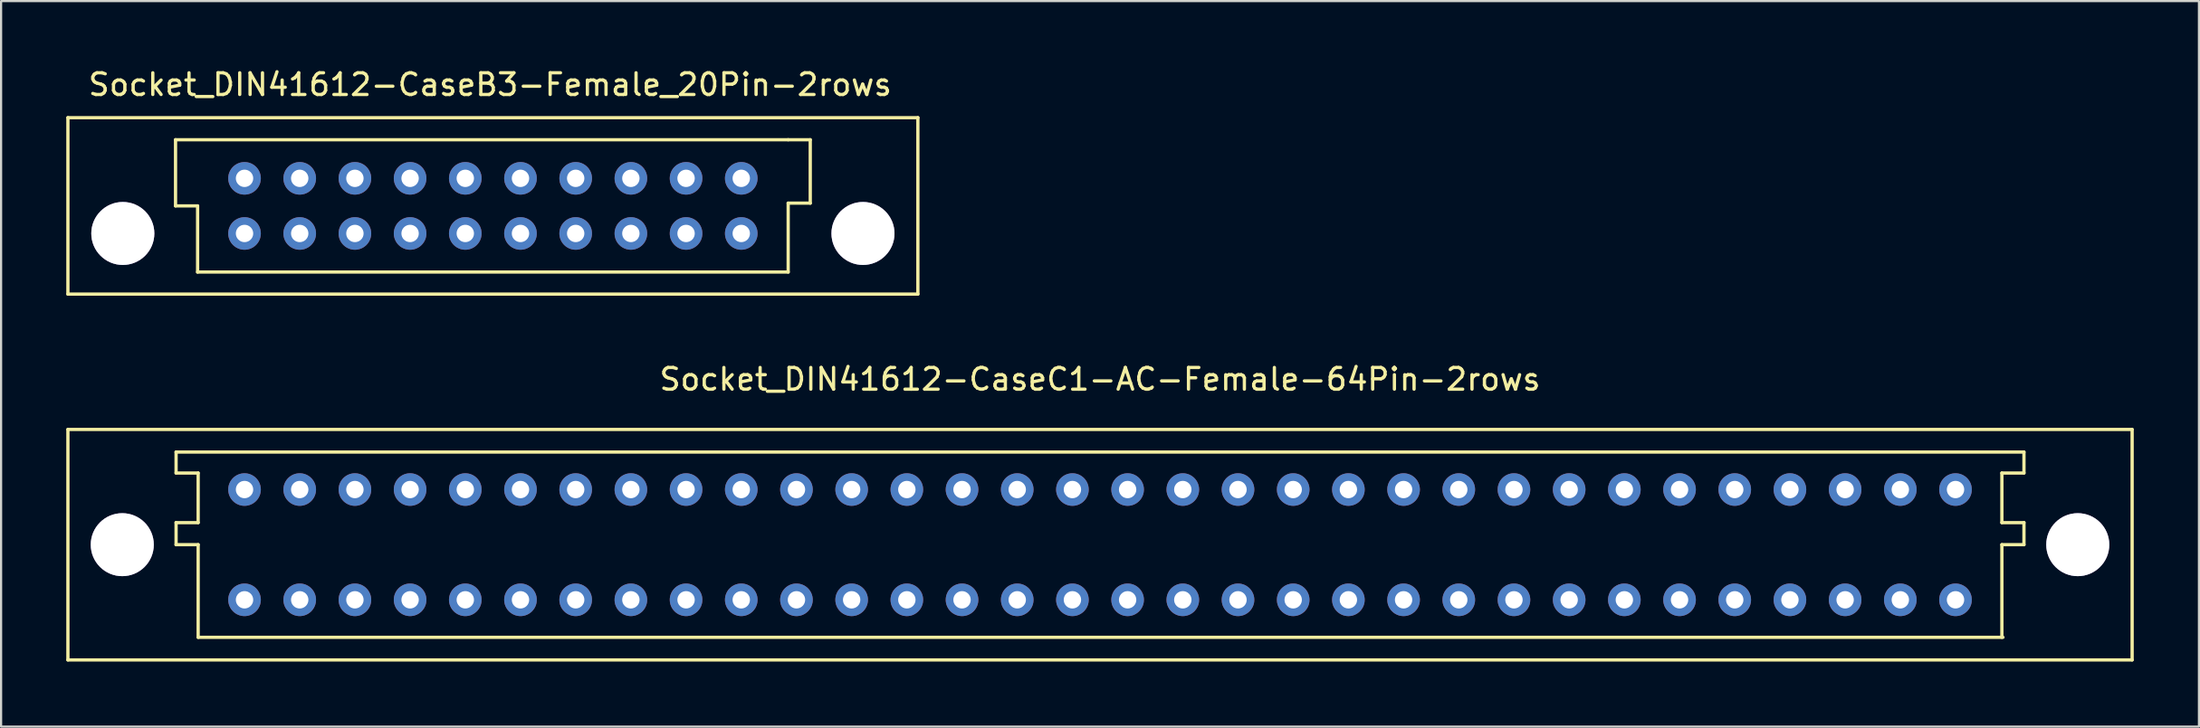
<source format=kicad_pcb>
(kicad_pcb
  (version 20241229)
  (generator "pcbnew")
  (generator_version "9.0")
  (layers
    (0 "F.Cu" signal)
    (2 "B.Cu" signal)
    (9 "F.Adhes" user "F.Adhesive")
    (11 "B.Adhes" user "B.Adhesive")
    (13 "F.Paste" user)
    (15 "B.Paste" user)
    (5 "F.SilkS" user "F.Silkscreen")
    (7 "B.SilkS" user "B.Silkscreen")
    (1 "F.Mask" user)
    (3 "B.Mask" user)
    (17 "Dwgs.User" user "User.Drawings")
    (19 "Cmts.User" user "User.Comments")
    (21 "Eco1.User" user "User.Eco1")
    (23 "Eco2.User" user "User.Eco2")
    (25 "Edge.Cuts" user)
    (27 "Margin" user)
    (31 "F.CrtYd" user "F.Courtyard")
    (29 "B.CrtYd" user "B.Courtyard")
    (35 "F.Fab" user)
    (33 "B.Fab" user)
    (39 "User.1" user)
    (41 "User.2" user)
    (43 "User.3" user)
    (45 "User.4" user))
  (footprint "Socket_DIN41612-CaseB3-Female_20Pin-2rows"
    (layer "F.Cu")
    (at 19.633 6.436)
    (property "Reference" "Socket_DIN41612-CaseB3-Female_20Pin-2rows" (at -0.127 -5.588 0) (layer "F.SilkS") (effects (font (size 1 1) (thickness 0.15))))
    (attr through_hole)
    (fp_line (start -19.558 -4.064) (end -19.558 4.064) (stroke (width 0.15) (type solid)) (layer "F.SilkS"))
    (fp_line (start -19.558 4.064) (end 19.558 4.064) (stroke (width 0.15) (type solid)) (layer "F.SilkS"))
    (fp_line (start -14.605 0) (end -14.605 -3.048) (stroke (width 0.15) (type solid)) (layer "F.SilkS"))
    (fp_line (start -13.589 0) (end -14.605 0) (stroke (width 0.15) (type solid)) (layer "F.SilkS"))
    (fp_line (start -13.589 3.048) (end -13.589 0) (stroke (width 0.15) (type solid)) (layer "F.SilkS"))
    (fp_line (start -13.589 3.048) (end 13.589 3.048) (stroke (width 0.15) (type solid)) (layer "F.SilkS"))
    (fp_line (start 13.589 -3.048) (end -14.605 -3.048) (stroke (width 0.15) (type solid)) (layer "F.SilkS"))
    (fp_line (start 13.589 -0.127) (end 14.605 -0.127) (stroke (width 0.15) (type solid)) (layer "F.SilkS"))
    (fp_line (start 13.589 3.048) (end 13.589 -0.127) (stroke (width 0.15) (type solid)) (layer "F.SilkS"))
    (fp_line (start 14.605 -3.048) (end 13.589 -3.048) (stroke (width 0.15) (type solid)) (layer "F.SilkS"))
    (fp_line (start 14.605 -0.127) (end 14.605 -3.048) (stroke (width 0.15) (type solid)) (layer "F.SilkS"))
    (fp_line (start 19.558 -4.064) (end -19.558 -4.064) (stroke (width 0.15) (type solid)) (layer "F.SilkS"))
    (fp_line (start 19.558 4.064) (end 19.558 -4.064) (stroke (width 0.15) (type solid)) (layer "F.SilkS"))
    (pad "1" thru_hole circle (at -17.031 1.27) (size 2.901 2.901) (drill 2.901) (layers "*.Cu" "*.Mask"))
    (pad "1" thru_hole circle (at 17.031 1.27) (size 2.901 2.901) (drill 2.901) (layers "*.Cu" "*.Mask"))
    (pad "1a" thru_hole circle (at 11.43 -1.27 180) (size 1.501 1.501) (drill 0.8) (layers "*.Cu" "*.Mask"))
    (pad "1b" thru_hole circle (at 11.43 1.27 180) (size 1.501 1.501) (drill 0.8) (layers "*.Cu" "*.Mask"))
    (pad "2a" thru_hole circle (at 8.89 -1.27 180) (size 1.501 1.501) (drill 0.8) (layers "*.Cu" "*.Mask"))
    (pad "2b" thru_hole circle (at 8.89 1.27 180) (size 1.501 1.501) (drill 0.8) (layers "*.Cu" "*.Mask"))
    (pad "3a" thru_hole circle (at 6.35 -1.27 180) (size 1.501 1.501) (drill 0.8) (layers "*.Cu" "*.Mask"))
    (pad "3b" thru_hole circle (at 6.35 1.27 180) (size 1.501 1.501) (drill 0.8) (layers "*.Cu" "*.Mask"))
    (pad "4a" thru_hole circle (at 3.81 -1.27 180) (size 1.501 1.501) (drill 0.8) (layers "*.Cu" "*.Mask"))
    (pad "4b" thru_hole circle (at 3.81 1.27 180) (size 1.501 1.501) (drill 0.8) (layers "*.Cu" "*.Mask"))
    (pad "5a" thru_hole circle (at 1.27 -1.27 180) (size 1.501 1.501) (drill 0.8) (layers "*.Cu" "*.Mask"))
    (pad "5b" thru_hole circle (at 1.27 1.27 180) (size 1.501 1.501) (drill 0.8) (layers "*.Cu" "*.Mask"))
    (pad "6a" thru_hole circle (at -1.27 -1.27 180) (size 1.501 1.501) (drill 0.8) (layers "*.Cu" "*.Mask"))
    (pad "6b" thru_hole circle (at -1.27 1.27 180) (size 1.501 1.501) (drill 0.8) (layers "*.Cu" "*.Mask"))
    (pad "7a" thru_hole circle (at -3.81 -1.27 180) (size 1.501 1.501) (drill 0.8) (layers "*.Cu" "*.Mask"))
    (pad "7b" thru_hole circle (at -3.81 1.27 180) (size 1.501 1.501) (drill 0.8) (layers "*.Cu" "*.Mask"))
    (pad "8a" thru_hole circle (at -6.35 -1.27 180) (size 1.501 1.501) (drill 0.8) (layers "*.Cu" "*.Mask"))
    (pad "8b" thru_hole circle (at -6.35 1.27 180) (size 1.501 1.501) (drill 0.8) (layers "*.Cu" "*.Mask"))
    (pad "9a" thru_hole circle (at -8.89 -1.27 180) (size 1.501 1.501) (drill 0.8) (layers "*.Cu" "*.Mask"))
    (pad "9b" thru_hole circle (at -8.89 1.27 180) (size 1.501 1.501) (drill 0.8) (layers "*.Cu" "*.Mask"))
    (pad "10a" thru_hole circle (at -11.43 -1.27 180) (size 1.501 1.501) (drill 0.8) (layers "*.Cu" "*.Mask"))
    (pad "10b" thru_hole circle (at -11.43 1.27 180) (size 1.501 1.501) (drill 0.8) (layers "*.Cu" "*.Mask")))
  (footprint "Socket_DIN41612-CaseC1-AC-Female-64Pin-2rows"
    (layer "F.Cu")
    (at 47.573 22.044)
    (property "Reference" "Socket_DIN41612-CaseC1-AC-Female-64Pin-2rows" (at 0 -7.62 0) (layer "F.SilkS") (effects (font (size 1 1) (thickness 0.15))))
    (attr through_hole)
    (fp_line (start -47.498 -5.309) (end -47.498 5.309) (stroke (width 0.15) (type solid)) (layer "F.SilkS"))
    (fp_line (start -47.498 5.309) (end 47.498 5.309) (stroke (width 0.15) (type solid)) (layer "F.SilkS"))
    (fp_line (start -42.52 -3.302) (end -42.52 -4.267) (stroke (width 0.15) (type solid)) (layer "F.SilkS"))
    (fp_line (start -42.52 -1.016) (end -41.504 -1.016) (stroke (width 0.15) (type solid)) (layer "F.SilkS"))
    (fp_line (start -42.52 0) (end -42.52 -1.016) (stroke (width 0.15) (type solid)) (layer "F.SilkS"))
    (fp_line (start -41.504 -3.302) (end -42.52 -3.302) (stroke (width 0.15) (type solid)) (layer "F.SilkS"))
    (fp_line (start -41.504 -1.016) (end -41.504 -3.302) (stroke (width 0.15) (type solid)) (layer "F.SilkS"))
    (fp_line (start -41.504 0) (end -42.52 0) (stroke (width 0.15) (type solid)) (layer "F.SilkS"))
    (fp_line (start -41.504 4.267) (end -41.504 0) (stroke (width 0.15) (type solid)) (layer "F.SilkS"))
    (fp_line (start -41.504 4.267) (end 41.554 4.267) (stroke (width 0.15) (type solid)) (layer "F.SilkS"))
    (fp_line (start 41.504 -3.302) (end 42.52 -3.302) (stroke (width 0.15) (type solid)) (layer "F.SilkS"))
    (fp_line (start 41.504 -1.016) (end 41.504 -3.302) (stroke (width 0.15) (type solid)) (layer "F.SilkS"))
    (fp_line (start 41.504 0) (end 42.52 0) (stroke (width 0.15) (type solid)) (layer "F.SilkS"))
    (fp_line (start 41.504 4.267) (end 41.504 0) (stroke (width 0.15) (type solid)) (layer "F.SilkS"))
    (fp_line (start 42.52 -4.267) (end -42.52 -4.267) (stroke (width 0.15) (type solid)) (layer "F.SilkS"))
    (fp_line (start 42.52 -3.302) (end 42.52 -4.267) (stroke (width 0.15) (type solid)) (layer "F.SilkS"))
    (fp_line (start 42.52 -1.016) (end 41.504 -1.016) (stroke (width 0.15) (type solid)) (layer "F.SilkS"))
    (fp_line (start 42.52 0) (end 42.52 -1.016) (stroke (width 0.15) (type solid)) (layer "F.SilkS"))
    (fp_line (start 47.498 -5.309) (end -47.498 -5.309) (stroke (width 0.15) (type solid)) (layer "F.SilkS"))
    (fp_line (start 47.498 5.309) (end 47.498 -5.309) (stroke (width 0.15) (type solid)) (layer "F.SilkS"))
    (pad "1" thru_hole circle (at -44.996 0) (size 2.901 2.901) (drill 2.901) (layers "*.Cu" "*.Mask"))
    (pad "1" thru_hole circle (at 44.996 0) (size 2.901 2.901) (drill 2.901) (layers "*.Cu" "*.Mask"))
    (pad "1a" thru_hole circle (at 39.37 -2.54 180) (size 1.501 1.501) (drill 0.8) (layers "*.Cu" "*.Mask"))
    (pad "1c" thru_hole circle (at 39.37 2.54 180) (size 1.501 1.501) (drill 0.8) (layers "*.Cu" "*.Mask"))
    (pad "2a" thru_hole circle (at 36.83 -2.54 180) (size 1.501 1.501) (drill 0.8) (layers "*.Cu" "*.Mask"))
    (pad "2c" thru_hole circle (at 36.83 2.54 180) (size 1.501 1.501) (drill 0.8) (layers "*.Cu" "*.Mask"))
    (pad "3a" thru_hole circle (at 34.29 -2.54 180) (size 1.501 1.501) (drill 0.8) (layers "*.Cu" "*.Mask"))
    (pad "3c" thru_hole circle (at 34.29 2.54 180) (size 1.501 1.501) (drill 0.8) (layers "*.Cu" "*.Mask"))
    (pad "4a" thru_hole circle (at 31.75 -2.54 180) (size 1.501 1.501) (drill 0.8) (layers "*.Cu" "*.Mask"))
    (pad "4c" thru_hole circle (at 31.75 2.54 180) (size 1.501 1.501) (drill 0.8) (layers "*.Cu" "*.Mask"))
    (pad "5a" thru_hole circle (at 29.21 -2.54 180) (size 1.501 1.501) (drill 0.8) (layers "*.Cu" "*.Mask"))
    (pad "5c" thru_hole circle (at 29.21 2.54 180) (size 1.501 1.501) (drill 0.8) (layers "*.Cu" "*.Mask"))
    (pad "6a" thru_hole circle (at 26.67 -2.54 180) (size 1.501 1.501) (drill 0.8) (layers "*.Cu" "*.Mask"))
    (pad "6c" thru_hole circle (at 26.67 2.54 180) (size 1.501 1.501) (drill 0.8) (layers "*.Cu" "*.Mask"))
    (pad "7a" thru_hole circle (at 24.13 -2.54 180) (size 1.501 1.501) (drill 0.8) (layers "*.Cu" "*.Mask"))
    (pad "7c" thru_hole circle (at 24.13 2.54 180) (size 1.501 1.501) (drill 0.8) (layers "*.Cu" "*.Mask"))
    (pad "8a" thru_hole circle (at 21.59 -2.54 180) (size 1.501 1.501) (drill 0.8) (layers "*.Cu" "*.Mask"))
    (pad "8c" thru_hole circle (at 21.59 2.54 180) (size 1.501 1.501) (drill 0.8) (layers "*.Cu" "*.Mask"))
    (pad "9a" thru_hole circle (at 19.05 -2.54 180) (size 1.501 1.501) (drill 0.8) (layers "*.Cu" "*.Mask"))
    (pad "9c" thru_hole circle (at 19.05 2.54 180) (size 1.501 1.501) (drill 0.8) (layers "*.Cu" "*.Mask"))
    (pad "10a" thru_hole circle (at 16.51 -2.54 180) (size 1.501 1.501) (drill 0.8) (layers "*.Cu" "*.Mask"))
    (pad "10c" thru_hole circle (at 16.51 2.54 180) (size 1.501 1.501) (drill 0.8) (layers "*.Cu" "*.Mask"))
    (pad "11a" thru_hole circle (at 13.97 -2.54 180) (size 1.501 1.501) (drill 0.8) (layers "*.Cu" "*.Mask"))
    (pad "11c" thru_hole circle (at 13.97 2.54 180) (size 1.501 1.501) (drill 0.8) (layers "*.Cu" "*.Mask"))
    (pad "12a" thru_hole circle (at 11.43 -2.54 180) (size 1.501 1.501) (drill 0.8) (layers "*.Cu" "*.Mask"))
    (pad "12c" thru_hole circle (at 11.43 2.54 180) (size 1.501 1.501) (drill 0.8) (layers "*.Cu" "*.Mask"))
    (pad "13a" thru_hole circle (at 8.89 -2.54 180) (size 1.501 1.501) (drill 0.8) (layers "*.Cu" "*.Mask"))
    (pad "13c" thru_hole circle (at 8.89 2.54 180) (size 1.501 1.501) (drill 0.8) (layers "*.Cu" "*.Mask"))
    (pad "14a" thru_hole circle (at 6.35 -2.54 180) (size 1.501 1.501) (drill 0.8) (layers "*.Cu" "*.Mask"))
    (pad "14c" thru_hole circle (at 6.35 2.54 180) (size 1.501 1.501) (drill 0.8) (layers "*.Cu" "*.Mask"))
    (pad "15a" thru_hole circle (at 3.81 -2.54 180) (size 1.501 1.501) (drill 0.8) (layers "*.Cu" "*.Mask"))
    (pad "15c" thru_hole circle (at 3.81 2.54 180) (size 1.501 1.501) (drill 0.8) (layers "*.Cu" "*.Mask"))
    (pad "16a" thru_hole circle (at 1.27 -2.54 180) (size 1.501 1.501) (drill 0.8) (layers "*.Cu" "*.Mask"))
    (pad "16c" thru_hole circle (at 1.27 2.54 180) (size 1.501 1.501) (drill 0.8) (layers "*.Cu" "*.Mask"))
    (pad "17a" thru_hole circle (at -1.27 -2.54 180) (size 1.501 1.501) (drill 0.8) (layers "*.Cu" "*.Mask"))
    (pad "17c" thru_hole circle (at -1.27 2.54 180) (size 1.501 1.501) (drill 0.8) (layers "*.Cu" "*.Mask"))
    (pad "18a" thru_hole circle (at -3.81 -2.54 180) (size 1.501 1.501) (drill 0.8) (layers "*.Cu" "*.Mask"))
    (pad "18c" thru_hole circle (at -3.81 2.54 180) (size 1.501 1.501) (drill 0.8) (layers "*.Cu" "*.Mask"))
    (pad "19a" thru_hole circle (at -6.35 -2.54 180) (size 1.501 1.501) (drill 0.8) (layers "*.Cu" "*.Mask"))
    (pad "19c" thru_hole circle (at -6.35 2.54 180) (size 1.501 1.501) (drill 0.8) (layers "*.Cu" "*.Mask"))
    (pad "20a" thru_hole circle (at -8.89 -2.54 180) (size 1.501 1.501) (drill 0.8) (layers "*.Cu" "*.Mask"))
    (pad "20c" thru_hole circle (at -8.89 2.54 180) (size 1.501 1.501) (drill 0.8) (layers "*.Cu" "*.Mask"))
    (pad "21a" thru_hole circle (at -11.43 -2.54 180) (size 1.501 1.501) (drill 0.8) (layers "*.Cu" "*.Mask"))
    (pad "21c" thru_hole circle (at -11.43 2.54 180) (size 1.501 1.501) (drill 0.8) (layers "*.Cu" "*.Mask"))
    (pad "22a" thru_hole circle (at -13.97 -2.54 180) (size 1.501 1.501) (drill 0.8) (layers "*.Cu" "*.Mask"))
    (pad "22c" thru_hole circle (at -13.97 2.54 180) (size 1.501 1.501) (drill 0.8) (layers "*.Cu" "*.Mask"))
    (pad "23a" thru_hole circle (at -16.51 -2.54 180) (size 1.501 1.501) (drill 0.8) (layers "*.Cu" "*.Mask"))
    (pad "23c" thru_hole circle (at -16.51 2.54 180) (size 1.501 1.501) (drill 0.8) (layers "*.Cu" "*.Mask"))
    (pad "24" thru_hole circle (at -19.05 -2.54 180) (size 1.501 1.501) (drill 0.8) (layers "*.Cu" "*.Mask"))
    (pad "24c" thru_hole circle (at -19.05 2.54 180) (size 1.501 1.501) (drill 0.8) (layers "*.Cu" "*.Mask"))
    (pad "25a" thru_hole circle (at -21.59 -2.54 180) (size 1.501 1.501) (drill 0.8) (layers "*.Cu" "*.Mask"))
    (pad "25c" thru_hole circle (at -21.59 2.54 180) (size 1.501 1.501) (drill 0.8) (layers "*.Cu" "*.Mask"))
    (pad "26a" thru_hole circle (at -24.13 -2.54 180) (size 1.501 1.501) (drill 0.8) (layers "*.Cu" "*.Mask"))
    (pad "26c" thru_hole circle (at -24.13 2.54 180) (size 1.501 1.501) (drill 0.8) (layers "*.Cu" "*.Mask"))
    (pad "27a" thru_hole circle (at -26.67 -2.54 180) (size 1.501 1.501) (drill 0.8) (layers "*.Cu" "*.Mask"))
    (pad "27c" thru_hole circle (at -26.67 2.54 180) (size 1.501 1.501) (drill 0.8) (layers "*.Cu" "*.Mask"))
    (pad "28a" thru_hole circle (at -29.21 -2.54 180) (size 1.501 1.501) (drill 0.8) (layers "*.Cu" "*.Mask"))
    (pad "28c" thru_hole circle (at -29.21 2.54 180) (size 1.501 1.501) (drill 0.8) (layers "*.Cu" "*.Mask"))
    (pad "29a" thru_hole circle (at -31.75 -2.54 180) (size 1.501 1.501) (drill 0.8) (layers "*.Cu" "*.Mask"))
    (pad "29c" thru_hole circle (at -31.75 2.54 180) (size 1.501 1.501) (drill 0.8) (layers "*.Cu" "*.Mask"))
    (pad "30a" thru_hole circle (at -34.29 -2.54 180) (size 1.501 1.501) (drill 0.8) (layers "*.Cu" "*.Mask"))
    (pad "30c" thru_hole circle (at -34.29 2.54 180) (size 1.501 1.501) (drill 0.8) (layers "*.Cu" "*.Mask"))
    (pad "31a" thru_hole circle (at -36.83 -2.54 180) (size 1.501 1.501) (drill 0.8) (layers "*.Cu" "*.Mask"))
    (pad "31c" thru_hole circle (at -36.83 2.54 180) (size 1.501 1.501) (drill 0.8) (layers "*.Cu" "*.Mask"))
    (pad "32a" thru_hole circle (at -39.37 -2.54 180) (size 1.501 1.501) (drill 0.8) (layers "*.Cu" "*.Mask"))
    (pad "32c" thru_hole circle (at -39.37 2.54 180) (size 1.501 1.501) (drill 0.8) (layers "*.Cu" "*.Mask")))
  (gr_rect
    (start -3 -3)
    (end 98.146 30.427)
    (stroke (width 0.1) (type default))
    (fill no)
    (layer "Edge.Cuts")))
</source>
